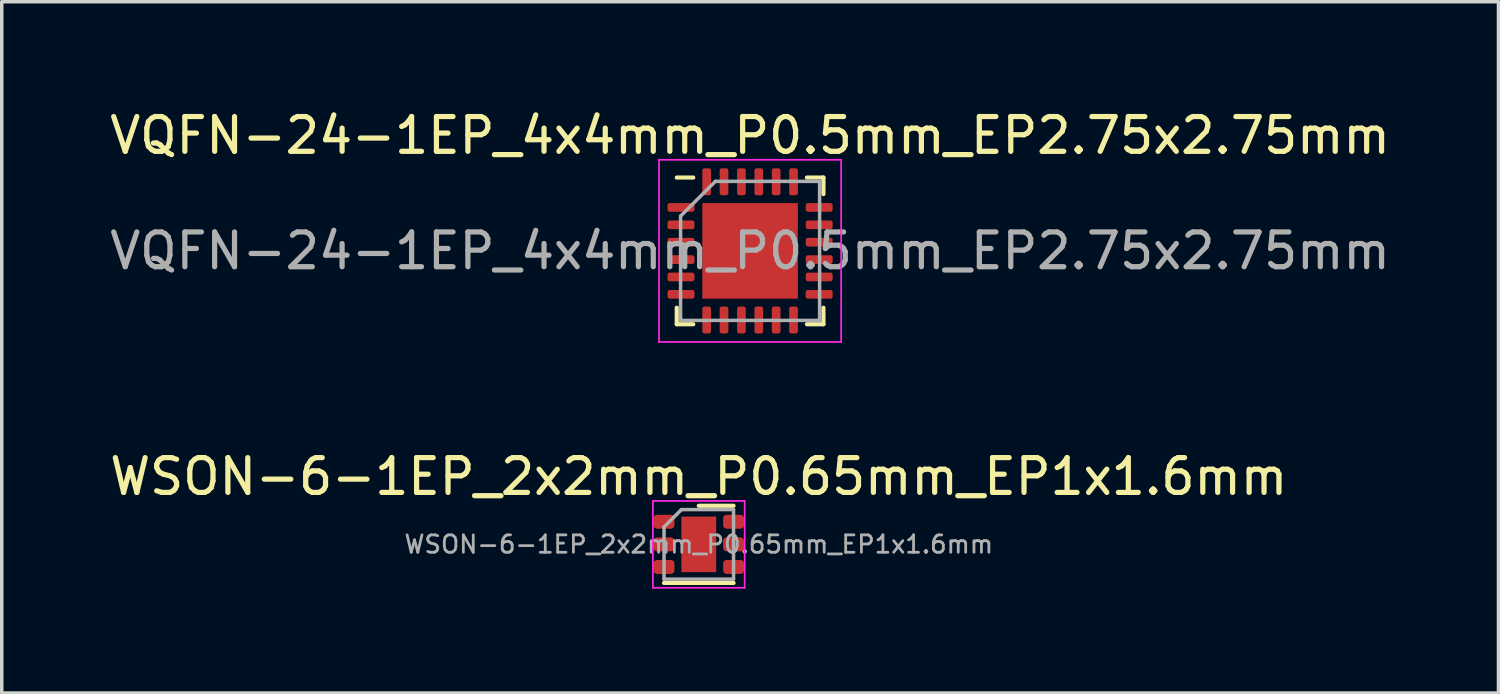
<source format=kicad_pcb>
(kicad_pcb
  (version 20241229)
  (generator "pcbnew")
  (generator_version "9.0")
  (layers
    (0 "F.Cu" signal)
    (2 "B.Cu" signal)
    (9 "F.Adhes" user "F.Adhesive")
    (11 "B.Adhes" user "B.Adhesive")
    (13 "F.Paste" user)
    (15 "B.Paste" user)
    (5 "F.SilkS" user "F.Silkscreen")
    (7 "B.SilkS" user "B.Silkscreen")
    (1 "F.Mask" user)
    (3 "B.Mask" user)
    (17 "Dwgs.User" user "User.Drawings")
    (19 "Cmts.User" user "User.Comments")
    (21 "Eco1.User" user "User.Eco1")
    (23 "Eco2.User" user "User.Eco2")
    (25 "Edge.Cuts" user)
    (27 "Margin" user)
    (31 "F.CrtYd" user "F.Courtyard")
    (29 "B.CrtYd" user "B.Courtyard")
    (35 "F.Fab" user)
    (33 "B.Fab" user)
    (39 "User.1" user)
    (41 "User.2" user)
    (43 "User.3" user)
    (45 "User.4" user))
  (footprint "VQFN-24-1EP_4x4mm_P0.5mm_EP2.75x2.75mm"
    (layer "F.Cu")
    (at 18.53 4.168)
    (property "Reference" "VQFN-24-1EP_4x4mm_P0.5mm_EP2.75x2.75mm" (at 0 -3.32 0) (layer "F.SilkS") (effects (font (size 1 1) (thickness 0.15))))
    (attr smd)
    (fp_line (start -2.11 2.11) (end -2.11 1.635) (stroke (width 0.12) (type solid)) (layer "F.SilkS"))
    (fp_line (start -1.635 -2.11) (end -2.11 -2.11) (stroke (width 0.12) (type solid)) (layer "F.SilkS"))
    (fp_line (start -1.635 2.11) (end -2.11 2.11) (stroke (width 0.12) (type solid)) (layer "F.SilkS"))
    (fp_line (start 1.635 -2.11) (end 2.11 -2.11) (stroke (width 0.12) (type solid)) (layer "F.SilkS"))
    (fp_line (start 1.635 2.11) (end 2.11 2.11) (stroke (width 0.12) (type solid)) (layer "F.SilkS"))
    (fp_line (start 2.11 -2.11) (end 2.11 -1.635) (stroke (width 0.12) (type solid)) (layer "F.SilkS"))
    (fp_line (start 2.11 2.11) (end 2.11 1.635) (stroke (width 0.12) (type solid)) (layer "F.SilkS"))
    (fp_line (start -2.62 -2.62) (end -2.62 2.62) (stroke (width 0.05) (type solid)) (layer "F.CrtYd"))
    (fp_line (start -2.62 2.62) (end 2.62 2.62) (stroke (width 0.05) (type solid)) (layer "F.CrtYd"))
    (fp_line (start 2.62 -2.62) (end -2.62 -2.62) (stroke (width 0.05) (type solid)) (layer "F.CrtYd"))
    (fp_line (start 2.62 2.62) (end 2.62 -2.62) (stroke (width 0.05) (type solid)) (layer "F.CrtYd"))
    (fp_line (start -2 -1) (end -1 -2) (stroke (width 0.1) (type solid)) (layer "F.Fab"))
    (fp_line (start -2 2) (end -2 -1) (stroke (width 0.1) (type solid)) (layer "F.Fab"))
    (fp_line (start -1 -2) (end 2 -2) (stroke (width 0.1) (type solid)) (layer "F.Fab"))
    (fp_line (start 2 -2) (end 2 2) (stroke (width 0.1) (type solid)) (layer "F.Fab"))
    (fp_line (start 2 2) (end -2 2) (stroke (width 0.1) (type solid)) (layer "F.Fab"))
    (fp_text user "${REFERENCE}" (at 0 0 0) (layer "F.Fab") (effects (font (size 1 1) (thickness 0.15))))
    (pad "" smd roundrect (at -0.82 -0.82) (size 0.66 0.66) (layers "F.Paste") (roundrect_rratio 0.25))
    (pad "" smd roundrect (at -0.82 0) (size 0.66 0.66) (layers "F.Paste") (roundrect_rratio 0.25))
    (pad "" smd roundrect (at -0.82 0.82) (size 0.66 0.66) (layers "F.Paste") (roundrect_rratio 0.25))
    (pad "" smd roundrect (at 0 -0.82) (size 0.66 0.66) (layers "F.Paste") (roundrect_rratio 0.25))
    (pad "" smd roundrect (at 0 0) (size 0.66 0.66) (layers "F.Paste") (roundrect_rratio 0.25))
    (pad "" smd roundrect (at 0 0.82) (size 0.66 0.66) (layers "F.Paste") (roundrect_rratio 0.25))
    (pad "" smd roundrect (at 0.82 -0.82) (size 0.66 0.66) (layers "F.Paste") (roundrect_rratio 0.25))
    (pad "" smd roundrect (at 0.82 0) (size 0.66 0.66) (layers "F.Paste") (roundrect_rratio 0.25))
    (pad "" smd roundrect (at 0.82 0.82) (size 0.66 0.66) (layers "F.Paste") (roundrect_rratio 0.25))
    (pad "1" smd roundrect (at -1.988 -1.25) (size 0.775 0.25) (layers "F.Cu" "F.Mask" "F.Paste") (roundrect_rratio 0.25))
    (pad "2" smd roundrect (at -1.988 -0.75) (size 0.775 0.25) (layers "F.Cu" "F.Mask" "F.Paste") (roundrect_rratio 0.25))
    (pad "3" smd roundrect (at -1.988 -0.25) (size 0.775 0.25) (layers "F.Cu" "F.Mask" "F.Paste") (roundrect_rratio 0.25))
    (pad "4" smd roundrect (at -1.988 0.25) (size 0.775 0.25) (layers "F.Cu" "F.Mask" "F.Paste") (roundrect_rratio 0.25))
    (pad "5" smd roundrect (at -1.988 0.75) (size 0.775 0.25) (layers "F.Cu" "F.Mask" "F.Paste") (roundrect_rratio 0.25))
    (pad "6" smd roundrect (at -1.988 1.25) (size 0.775 0.25) (layers "F.Cu" "F.Mask" "F.Paste") (roundrect_rratio 0.25))
    (pad "7" smd roundrect (at -1.25 1.988) (size 0.25 0.775) (layers "F.Cu" "F.Mask" "F.Paste") (roundrect_rratio 0.25))
    (pad "8" smd roundrect (at -0.75 1.988) (size 0.25 0.775) (layers "F.Cu" "F.Mask" "F.Paste") (roundrect_rratio 0.25))
    (pad "9" smd roundrect (at -0.25 1.988) (size 0.25 0.775) (layers "F.Cu" "F.Mask" "F.Paste") (roundrect_rratio 0.25))
    (pad "10" smd roundrect (at 0.25 1.988) (size 0.25 0.775) (layers "F.Cu" "F.Mask" "F.Paste") (roundrect_rratio 0.25))
    (pad "11" smd roundrect (at 0.75 1.988) (size 0.25 0.775) (layers "F.Cu" "F.Mask" "F.Paste") (roundrect_rratio 0.25))
    (pad "12" smd roundrect (at 1.25 1.988) (size 0.25 0.775) (layers "F.Cu" "F.Mask" "F.Paste") (roundrect_rratio 0.25))
    (pad "13" smd roundrect (at 1.988 1.25) (size 0.775 0.25) (layers "F.Cu" "F.Mask" "F.Paste") (roundrect_rratio 0.25))
    (pad "14" smd roundrect (at 1.988 0.75) (size 0.775 0.25) (layers "F.Cu" "F.Mask" "F.Paste") (roundrect_rratio 0.25))
    (pad "15" smd roundrect (at 1.988 0.25) (size 0.775 0.25) (layers "F.Cu" "F.Mask" "F.Paste") (roundrect_rratio 0.25))
    (pad "16" smd roundrect (at 1.988 -0.25) (size 0.775 0.25) (layers "F.Cu" "F.Mask" "F.Paste") (roundrect_rratio 0.25))
    (pad "17" smd roundrect (at 1.988 -0.75) (size 0.775 0.25) (layers "F.Cu" "F.Mask" "F.Paste") (roundrect_rratio 0.25))
    (pad "18" smd roundrect (at 1.988 -1.25) (size 0.775 0.25) (layers "F.Cu" "F.Mask" "F.Paste") (roundrect_rratio 0.25))
    (pad "19" smd roundrect (at 1.25 -1.988) (size 0.25 0.775) (layers "F.Cu" "F.Mask" "F.Paste") (roundrect_rratio 0.25))
    (pad "20" smd roundrect (at 0.75 -1.988) (size 0.25 0.775) (layers "F.Cu" "F.Mask" "F.Paste") (roundrect_rratio 0.25))
    (pad "21" smd roundrect (at 0.25 -1.988) (size 0.25 0.775) (layers "F.Cu" "F.Mask" "F.Paste") (roundrect_rratio 0.25))
    (pad "22" smd roundrect (at -0.25 -1.988) (size 0.25 0.775) (layers "F.Cu" "F.Mask" "F.Paste") (roundrect_rratio 0.25))
    (pad "23" smd roundrect (at -0.75 -1.988) (size 0.25 0.775) (layers "F.Cu" "F.Mask" "F.Paste") (roundrect_rratio 0.25))
    (pad "24" smd roundrect (at -1.25 -1.988) (size 0.25 0.775) (layers "F.Cu" "F.Mask" "F.Paste") (roundrect_rratio 0.25))
    (pad "25" smd rect (at 0 0) (size 2.75 2.75) (layers "F.Cu" "F.Mask")))
  (footprint "WSON-6-1EP_2x2mm_P0.65mm_EP1x1.6mm"
    (layer "F.Cu")
    (at 17.054 12.611)
    (property "Reference" "WSON-6-1EP_2x2mm_P0.65mm_EP1x1.6mm" (at 0 -1.95 0) (layer "F.SilkS") (effects (font (size 1 1) (thickness 0.15))))
    (attr smd)
    (fp_line (start -1 1.11) (end 1 1.11) (stroke (width 0.12) (type solid)) (layer "F.SilkS"))
    (fp_line (start 0 -1.11) (end 1 -1.11) (stroke (width 0.12) (type solid)) (layer "F.SilkS"))
    (fp_line (start -1.32 -1.25) (end -1.32 1.25) (stroke (width 0.05) (type solid)) (layer "F.CrtYd"))
    (fp_line (start -1.32 1.25) (end 1.32 1.25) (stroke (width 0.05) (type solid)) (layer "F.CrtYd"))
    (fp_line (start 1.32 -1.25) (end -1.32 -1.25) (stroke (width 0.05) (type solid)) (layer "F.CrtYd"))
    (fp_line (start 1.32 1.25) (end 1.32 -1.25) (stroke (width 0.05) (type solid)) (layer "F.CrtYd"))
    (fp_line (start -1 -0.5) (end -0.5 -1) (stroke (width 0.1) (type solid)) (layer "F.Fab"))
    (fp_line (start -1 1) (end -1 -0.5) (stroke (width 0.1) (type solid)) (layer "F.Fab"))
    (fp_line (start -0.5 -1) (end 1 -1) (stroke (width 0.1) (type solid)) (layer "F.Fab"))
    (fp_line (start 1 -1) (end 1 1) (stroke (width 0.1) (type solid)) (layer "F.Fab"))
    (fp_line (start 1 1) (end -1 1) (stroke (width 0.1) (type solid)) (layer "F.Fab"))
    (fp_text user "${REFERENCE}" (at 0 0 0) (layer "F.Fab") (effects (font (size 0.5 0.5) (thickness 0.08))))
    (pad "" smd roundrect (at 0 -0.4) (size 0.81 0.64) (layers "F.Paste") (roundrect_rratio 0.25))
    (pad "" smd roundrect (at 0 0.4) (size 0.81 0.64) (layers "F.Paste") (roundrect_rratio 0.25))
    (pad "1" smd roundrect (at -1 -0.65) (size 0.6 0.4) (layers "F.Cu" "F.Mask" "F.Paste") (roundrect_rratio 0.25))
    (pad "2" smd roundrect (at -1 0) (size 0.6 0.4) (layers "F.Cu" "F.Mask" "F.Paste") (roundrect_rratio 0.25))
    (pad "3" smd roundrect (at -1 0.65) (size 0.6 0.4) (layers "F.Cu" "F.Mask" "F.Paste") (roundrect_rratio 0.25))
    (pad "4" smd roundrect (at 1 0.65) (size 0.6 0.4) (layers "F.Cu" "F.Mask" "F.Paste") (roundrect_rratio 0.25))
    (pad "5" smd roundrect (at 1 0) (size 0.6 0.4) (layers "F.Cu" "F.Mask" "F.Paste") (roundrect_rratio 0.25))
    (pad "6" smd roundrect (at 1 -0.65) (size 0.6 0.4) (layers "F.Cu" "F.Mask" "F.Paste") (roundrect_rratio 0.25))
    (pad "7" smd rect (at 0 0) (size 1 1.6) (layers "F.Cu" "F.Mask")))
  (gr_rect
    (start -3 -3)
    (end 40.06 16.887)
    (stroke (width 0.1) (type default))
    (fill no)
    (layer "Edge.Cuts")))
</source>
